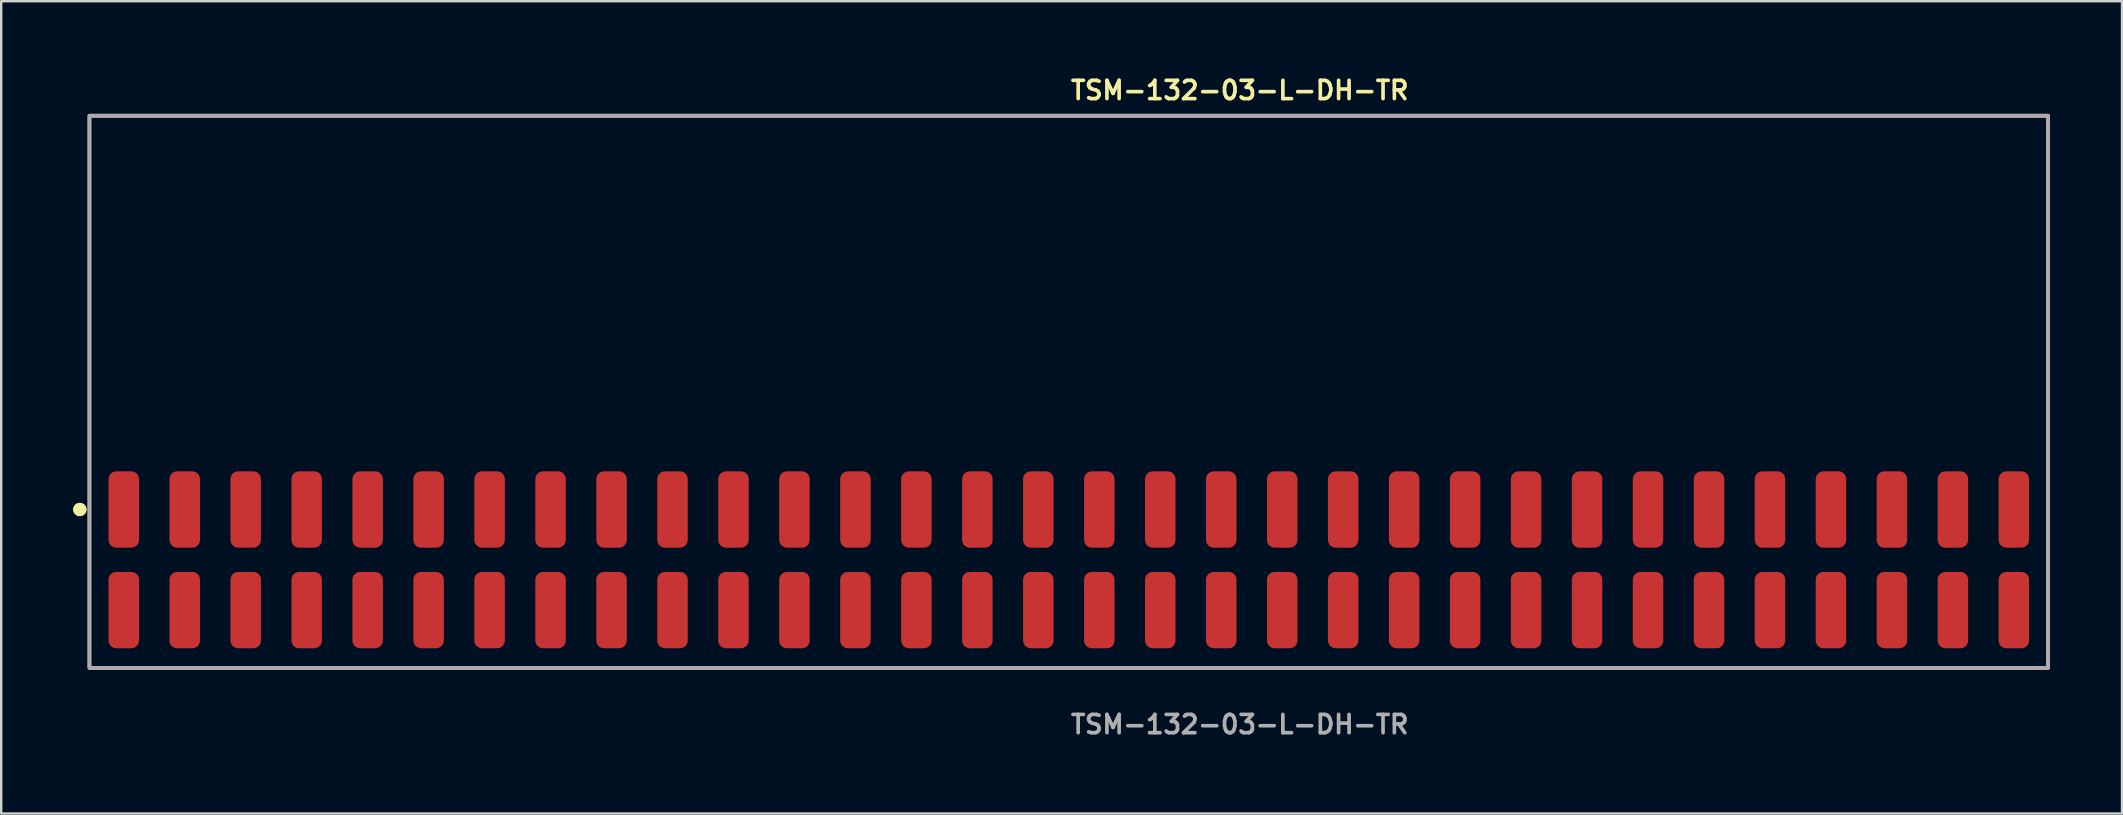
<source format=kicad_pcb>
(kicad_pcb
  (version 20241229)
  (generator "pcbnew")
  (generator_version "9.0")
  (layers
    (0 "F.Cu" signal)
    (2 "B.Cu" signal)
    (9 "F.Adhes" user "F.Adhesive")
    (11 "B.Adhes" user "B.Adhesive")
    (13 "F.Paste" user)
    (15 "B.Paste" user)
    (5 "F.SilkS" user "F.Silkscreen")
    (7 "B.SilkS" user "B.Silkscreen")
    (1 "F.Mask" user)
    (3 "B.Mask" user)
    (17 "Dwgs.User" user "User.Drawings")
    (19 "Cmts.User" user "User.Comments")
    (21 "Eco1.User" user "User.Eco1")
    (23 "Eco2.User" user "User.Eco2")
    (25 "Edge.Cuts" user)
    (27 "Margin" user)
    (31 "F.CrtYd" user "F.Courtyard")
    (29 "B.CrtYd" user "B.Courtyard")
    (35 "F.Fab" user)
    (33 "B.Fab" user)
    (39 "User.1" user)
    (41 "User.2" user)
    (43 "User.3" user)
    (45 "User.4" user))
  (footprint "TSM-132-03-L-DH-TR"
    (layer "F.Cu")
    (at 41.476 20.271)
    (property "Reference" "TSM-132-03-L-DH-TR" (at 0 -19.558 0) (unlocked yes) (layer "F.SilkS") (effects (font (size 0.762 0.762) (thickness 0.152)) (justify left)))
    (fp_rect (start -40.8 4.5) (end 40.8 -18.5) (stroke (width 0.152) (type solid)) (fill no) (layer "F.SilkS"))
    (fp_circle (center -41.2 -2.095) (end -41.4 -2.095) (stroke (width 0.152) (type solid)) (fill yes) (layer "F.SilkS"))
    (fp_circle (center -41.2 -2.095) (end -41.4 -2.095) (stroke (width 0.152) (type solid)) (fill yes) (layer "F.SilkS"))
    (fp_rect (start -40.8 4.5) (end 40.8 -18.5) (stroke (width 0.006) (type solid)) (fill no) (layer "F.CrtYd"))
    (fp_rect (start -40.8 4.5) (end 40.8 -18.5) (stroke (width 0.152) (type solid)) (fill no) (layer "F.Fab"))
    (fp_text user "${REFERENCE}" (at 0 6.858 0) (unlocked yes) (layer "F.Fab") (effects (font (size 0.762 0.762) (thickness 0.152)) (justify left)))
    (pad "1" smd roundrect (at -39.37 2.095) (size 1.27 3.18) (layers "F.Cu" "F.Paste") (roundrect_rratio 0.25))
    (pad "2" smd roundrect (at -39.37 -2.095) (size 1.27 3.18) (layers "F.Cu" "F.Paste") (roundrect_rratio 0.25))
    (pad "3" smd roundrect (at -36.83 2.095) (size 1.27 3.18) (layers "F.Cu" "F.Paste") (roundrect_rratio 0.25))
    (pad "4" smd roundrect (at -36.83 -2.095) (size 1.27 3.18) (layers "F.Cu" "F.Paste") (roundrect_rratio 0.25))
    (pad "5" smd roundrect (at -34.29 2.095) (size 1.27 3.18) (layers "F.Cu" "F.Paste") (roundrect_rratio 0.25))
    (pad "6" smd roundrect (at -34.29 -2.095) (size 1.27 3.18) (layers "F.Cu" "F.Paste") (roundrect_rratio 0.25))
    (pad "7" smd roundrect (at -31.75 2.095) (size 1.27 3.18) (layers "F.Cu" "F.Paste") (roundrect_rratio 0.25))
    (pad "8" smd roundrect (at -31.75 -2.095) (size 1.27 3.18) (layers "F.Cu" "F.Paste") (roundrect_rratio 0.25))
    (pad "9" smd roundrect (at -29.21 2.095) (size 1.27 3.18) (layers "F.Cu" "F.Paste") (roundrect_rratio 0.25))
    (pad "10" smd roundrect (at -29.21 -2.095) (size 1.27 3.18) (layers "F.Cu" "F.Paste") (roundrect_rratio 0.25))
    (pad "11" smd roundrect (at -26.67 2.095) (size 1.27 3.18) (layers "F.Cu" "F.Paste") (roundrect_rratio 0.25))
    (pad "12" smd roundrect (at -26.67 -2.095) (size 1.27 3.18) (layers "F.Cu" "F.Paste") (roundrect_rratio 0.25))
    (pad "13" smd roundrect (at -24.13 2.095) (size 1.27 3.18) (layers "F.Cu" "F.Paste") (roundrect_rratio 0.25))
    (pad "14" smd roundrect (at -24.13 -2.095) (size 1.27 3.18) (layers "F.Cu" "F.Paste") (roundrect_rratio 0.25))
    (pad "15" smd roundrect (at -21.59 2.095) (size 1.27 3.18) (layers "F.Cu" "F.Paste") (roundrect_rratio 0.25))
    (pad "16" smd roundrect (at -21.59 -2.095) (size 1.27 3.18) (layers "F.Cu" "F.Paste") (roundrect_rratio 0.25))
    (pad "17" smd roundrect (at -19.05 2.095) (size 1.27 3.18) (layers "F.Cu" "F.Paste") (roundrect_rratio 0.25))
    (pad "18" smd roundrect (at -19.05 -2.095) (size 1.27 3.18) (layers "F.Cu" "F.Paste") (roundrect_rratio 0.25))
    (pad "19" smd roundrect (at -16.51 2.095) (size 1.27 3.18) (layers "F.Cu" "F.Paste") (roundrect_rratio 0.25))
    (pad "20" smd roundrect (at -16.51 -2.095) (size 1.27 3.18) (layers "F.Cu" "F.Paste") (roundrect_rratio 0.25))
    (pad "21" smd roundrect (at -13.97 2.095) (size 1.27 3.18) (layers "F.Cu" "F.Paste") (roundrect_rratio 0.25))
    (pad "22" smd roundrect (at -13.97 -2.095) (size 1.27 3.18) (layers "F.Cu" "F.Paste") (roundrect_rratio 0.25))
    (pad "23" smd roundrect (at -11.43 2.095) (size 1.27 3.18) (layers "F.Cu" "F.Paste") (roundrect_rratio 0.25))
    (pad "24" smd roundrect (at -11.43 -2.095) (size 1.27 3.18) (layers "F.Cu" "F.Paste") (roundrect_rratio 0.25))
    (pad "25" smd roundrect (at -8.89 2.095) (size 1.27 3.18) (layers "F.Cu" "F.Paste") (roundrect_rratio 0.25))
    (pad "26" smd roundrect (at -8.89 -2.095) (size 1.27 3.18) (layers "F.Cu" "F.Paste") (roundrect_rratio 0.25))
    (pad "27" smd roundrect (at -6.35 2.095) (size 1.27 3.18) (layers "F.Cu" "F.Paste") (roundrect_rratio 0.25))
    (pad "28" smd roundrect (at -6.35 -2.095) (size 1.27 3.18) (layers "F.Cu" "F.Paste") (roundrect_rratio 0.25))
    (pad "29" smd roundrect (at -3.81 2.095) (size 1.27 3.18) (layers "F.Cu" "F.Paste") (roundrect_rratio 0.25))
    (pad "30" smd roundrect (at -3.81 -2.095) (size 1.27 3.18) (layers "F.Cu" "F.Paste") (roundrect_rratio 0.25))
    (pad "31" smd roundrect (at -1.27 2.095) (size 1.27 3.18) (layers "F.Cu" "F.Paste") (roundrect_rratio 0.25))
    (pad "32" smd roundrect (at -1.27 -2.095) (size 1.27 3.18) (layers "F.Cu" "F.Paste") (roundrect_rratio 0.25))
    (pad "33" smd roundrect (at 1.27 2.095) (size 1.27 3.18) (layers "F.Cu" "F.Paste") (roundrect_rratio 0.25))
    (pad "34" smd roundrect (at 1.27 -2.095) (size 1.27 3.18) (layers "F.Cu" "F.Paste") (roundrect_rratio 0.25))
    (pad "35" smd roundrect (at 3.81 2.095) (size 1.27 3.18) (layers "F.Cu" "F.Paste") (roundrect_rratio 0.25))
    (pad "36" smd roundrect (at 3.81 -2.095) (size 1.27 3.18) (layers "F.Cu" "F.Paste") (roundrect_rratio 0.25))
    (pad "37" smd roundrect (at 6.35 2.095) (size 1.27 3.18) (layers "F.Cu" "F.Paste") (roundrect_rratio 0.25))
    (pad "38" smd roundrect (at 6.35 -2.095) (size 1.27 3.18) (layers "F.Cu" "F.Paste") (roundrect_rratio 0.25))
    (pad "39" smd roundrect (at 8.89 2.095) (size 1.27 3.18) (layers "F.Cu" "F.Paste") (roundrect_rratio 0.25))
    (pad "40" smd roundrect (at 8.89 -2.095) (size 1.27 3.18) (layers "F.Cu" "F.Paste") (roundrect_rratio 0.25))
    (pad "41" smd roundrect (at 11.43 2.095) (size 1.27 3.18) (layers "F.Cu" "F.Paste") (roundrect_rratio 0.25))
    (pad "42" smd roundrect (at 11.43 -2.095) (size 1.27 3.18) (layers "F.Cu" "F.Paste") (roundrect_rratio 0.25))
    (pad "43" smd roundrect (at 13.97 2.095) (size 1.27 3.18) (layers "F.Cu" "F.Paste") (roundrect_rratio 0.25))
    (pad "44" smd roundrect (at 13.97 -2.095) (size 1.27 3.18) (layers "F.Cu" "F.Paste") (roundrect_rratio 0.25))
    (pad "45" smd roundrect (at 16.51 2.095) (size 1.27 3.18) (layers "F.Cu" "F.Paste") (roundrect_rratio 0.25))
    (pad "46" smd roundrect (at 16.51 -2.095) (size 1.27 3.18) (layers "F.Cu" "F.Paste") (roundrect_rratio 0.25))
    (pad "47" smd roundrect (at 19.05 2.095) (size 1.27 3.18) (layers "F.Cu" "F.Paste") (roundrect_rratio 0.25))
    (pad "48" smd roundrect (at 19.05 -2.095) (size 1.27 3.18) (layers "F.Cu" "F.Paste") (roundrect_rratio 0.25))
    (pad "49" smd roundrect (at 21.59 2.095) (size 1.27 3.18) (layers "F.Cu" "F.Paste") (roundrect_rratio 0.25))
    (pad "50" smd roundrect (at 21.59 -2.095) (size 1.27 3.18) (layers "F.Cu" "F.Paste") (roundrect_rratio 0.25))
    (pad "51" smd roundrect (at 24.13 2.095) (size 1.27 3.18) (layers "F.Cu" "F.Paste") (roundrect_rratio 0.25))
    (pad "52" smd roundrect (at 24.13 -2.095) (size 1.27 3.18) (layers "F.Cu" "F.Paste") (roundrect_rratio 0.25))
    (pad "53" smd roundrect (at 26.67 2.095) (size 1.27 3.18) (layers "F.Cu" "F.Paste") (roundrect_rratio 0.25))
    (pad "54" smd roundrect (at 26.67 -2.095) (size 1.27 3.18) (layers "F.Cu" "F.Paste") (roundrect_rratio 0.25))
    (pad "55" smd roundrect (at 29.21 2.095) (size 1.27 3.18) (layers "F.Cu" "F.Paste") (roundrect_rratio 0.25))
    (pad "56" smd roundrect (at 29.21 -2.095) (size 1.27 3.18) (layers "F.Cu" "F.Paste") (roundrect_rratio 0.25))
    (pad "57" smd roundrect (at 31.75 2.095) (size 1.27 3.18) (layers "F.Cu" "F.Paste") (roundrect_rratio 0.25))
    (pad "58" smd roundrect (at 31.75 -2.095) (size 1.27 3.18) (layers "F.Cu" "F.Paste") (roundrect_rratio 0.25))
    (pad "59" smd roundrect (at 34.29 2.095) (size 1.27 3.18) (layers "F.Cu" "F.Paste") (roundrect_rratio 0.25))
    (pad "60" smd roundrect (at 34.29 -2.095) (size 1.27 3.18) (layers "F.Cu" "F.Paste") (roundrect_rratio 0.25))
    (pad "61" smd roundrect (at 36.83 2.095) (size 1.27 3.18) (layers "F.Cu" "F.Paste") (roundrect_rratio 0.25))
    (pad "62" smd roundrect (at 36.83 -2.095) (size 1.27 3.18) (layers "F.Cu" "F.Paste") (roundrect_rratio 0.25))
    (pad "63" smd roundrect (at 39.37 2.095) (size 1.27 3.18) (layers "F.Cu" "F.Paste") (roundrect_rratio 0.25))
    (pad "64" smd roundrect (at 39.37 -2.095) (size 1.27 3.18) (layers "F.Cu" "F.Paste") (roundrect_rratio 0.25)))
  (gr_rect
    (start -3 -3)
    (end 85.352 30.842)
    (stroke (width 0.1) (type default))
    (fill no)
    (layer "Edge.Cuts")))
</source>
